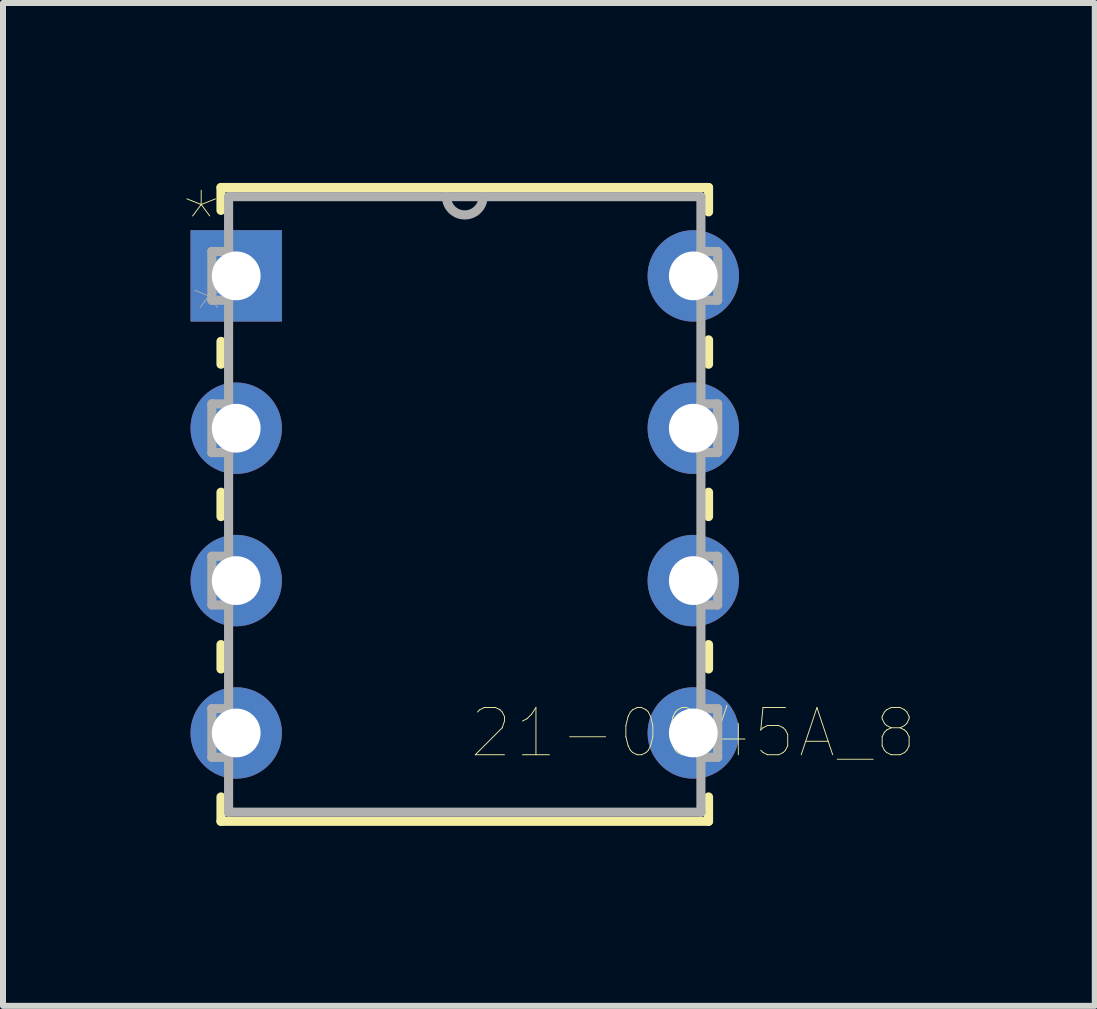
<source format=kicad_pcb>
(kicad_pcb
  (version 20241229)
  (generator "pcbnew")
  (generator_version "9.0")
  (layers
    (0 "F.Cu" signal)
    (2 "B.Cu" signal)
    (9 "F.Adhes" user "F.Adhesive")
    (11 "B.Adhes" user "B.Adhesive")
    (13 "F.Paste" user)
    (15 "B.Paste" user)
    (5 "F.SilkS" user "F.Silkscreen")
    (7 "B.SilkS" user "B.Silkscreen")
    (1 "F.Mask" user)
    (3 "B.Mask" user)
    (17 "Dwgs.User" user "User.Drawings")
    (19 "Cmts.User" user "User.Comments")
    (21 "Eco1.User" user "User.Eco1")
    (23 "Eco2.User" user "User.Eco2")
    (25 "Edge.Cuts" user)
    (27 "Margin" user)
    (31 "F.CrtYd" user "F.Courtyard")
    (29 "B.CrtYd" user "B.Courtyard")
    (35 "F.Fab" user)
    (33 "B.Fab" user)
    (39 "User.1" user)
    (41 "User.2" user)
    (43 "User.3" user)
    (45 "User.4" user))
  (footprint "21-0045A_8"
    (layer "F.Cu")
    (at 8.508 9.169)
    (property "Reference" "21-0045A_8" (at 0 0 0) (layer "F.SilkS") (effects (font (size 0.787 0.787) (thickness 0.015))))
    (attr through_hole)
    (fp_line (start -7.874 -9.093) (end -7.874 -8.712) (stroke (width 0.152) (type solid)) (layer "F.SilkS"))
    (fp_line (start -7.874 -6.528) (end -7.874 -6.147) (stroke (width 0.152) (type solid)) (layer "F.SilkS"))
    (fp_line (start -7.874 -4.013) (end -7.874 -3.607) (stroke (width 0.152) (type solid)) (layer "F.SilkS"))
    (fp_line (start -7.874 -1.473) (end -7.874 -1.067) (stroke (width 0.152) (type solid)) (layer "F.SilkS"))
    (fp_line (start -7.874 1.067) (end -7.874 1.473) (stroke (width 0.152) (type solid)) (layer "F.SilkS"))
    (fp_line (start -7.874 1.473) (end 0.254 1.473) (stroke (width 0.152) (type solid)) (layer "F.SilkS"))
    (fp_line (start 0.254 -9.093) (end -7.874 -9.093) (stroke (width 0.152) (type solid)) (layer "F.SilkS"))
    (fp_line (start 0.254 -8.687) (end 0.254 -9.093) (stroke (width 0.152) (type solid)) (layer "F.SilkS"))
    (fp_line (start 0.254 -6.147) (end 0.254 -6.553) (stroke (width 0.152) (type solid)) (layer "F.SilkS"))
    (fp_line (start 0.254 -3.607) (end 0.254 -4.013) (stroke (width 0.152) (type solid)) (layer "F.SilkS"))
    (fp_line (start 0.254 -1.067) (end 0.254 -1.473) (stroke (width 0.152) (type solid)) (layer "F.SilkS"))
    (fp_line (start 0.254 1.473) (end 0.254 1.067) (stroke (width 0.152) (type solid)) (layer "F.SilkS"))
    (fp_line (start -8.026 -8.026) (end -8.026 -7.214) (stroke (width 0.152) (type solid)) (layer "F.Fab"))
    (fp_line (start -8.026 -7.214) (end -7.747 -7.214) (stroke (width 0.152) (type solid)) (layer "F.Fab"))
    (fp_line (start -8.026 -5.486) (end -8.026 -4.674) (stroke (width 0.152) (type solid)) (layer "F.Fab"))
    (fp_line (start -8.026 -4.674) (end -7.747 -4.674) (stroke (width 0.152) (type solid)) (layer "F.Fab"))
    (fp_line (start -8.026 -2.946) (end -8.026 -2.134) (stroke (width 0.152) (type solid)) (layer "F.Fab"))
    (fp_line (start -8.026 -2.134) (end -7.747 -2.134) (stroke (width 0.152) (type solid)) (layer "F.Fab"))
    (fp_line (start -8.026 -0.406) (end -8.026 0.406) (stroke (width 0.152) (type solid)) (layer "F.Fab"))
    (fp_line (start -8.026 0.406) (end -7.747 0.406) (stroke (width 0.152) (type solid)) (layer "F.Fab"))
    (fp_line (start -7.747 -8.941) (end -7.747 1.321) (stroke (width 0.152) (type solid)) (layer "F.Fab"))
    (fp_line (start -7.747 -8.026) (end -8.026 -8.026) (stroke (width 0.152) (type solid)) (layer "F.Fab"))
    (fp_line (start -7.747 -7.214) (end -7.747 -8.026) (stroke (width 0.152) (type solid)) (layer "F.Fab"))
    (fp_line (start -7.747 -5.486) (end -8.026 -5.486) (stroke (width 0.152) (type solid)) (layer "F.Fab"))
    (fp_line (start -7.747 -4.674) (end -7.747 -5.486) (stroke (width 0.152) (type solid)) (layer "F.Fab"))
    (fp_line (start -7.747 -2.946) (end -8.026 -2.946) (stroke (width 0.152) (type solid)) (layer "F.Fab"))
    (fp_line (start -7.747 -2.134) (end -7.747 -2.946) (stroke (width 0.152) (type solid)) (layer "F.Fab"))
    (fp_line (start -7.747 -0.406) (end -8.026 -0.406) (stroke (width 0.152) (type solid)) (layer "F.Fab"))
    (fp_line (start -7.747 0.406) (end -7.747 -0.406) (stroke (width 0.152) (type solid)) (layer "F.Fab"))
    (fp_line (start -7.747 1.321) (end 0.127 1.321) (stroke (width 0.152) (type solid)) (layer "F.Fab"))
    (fp_line (start -4.115 -8.941) (end -7.747 -8.941) (stroke (width 0.152) (type solid)) (layer "F.Fab"))
    (fp_line (start -3.505 -8.941) (end -4.115 -8.941) (stroke (width 0.152) (type solid)) (layer "F.Fab"))
    (fp_line (start 0.127 -8.941) (end -3.505 -8.941) (stroke (width 0.152) (type solid)) (layer "F.Fab"))
    (fp_line (start 0.127 -8.026) (end 0.127 -7.214) (stroke (width 0.152) (type solid)) (layer "F.Fab"))
    (fp_line (start 0.127 -7.214) (end 0.406 -7.214) (stroke (width 0.152) (type solid)) (layer "F.Fab"))
    (fp_line (start 0.127 -5.486) (end 0.127 -4.674) (stroke (width 0.152) (type solid)) (layer "F.Fab"))
    (fp_line (start 0.127 -4.674) (end 0.406 -4.674) (stroke (width 0.152) (type solid)) (layer "F.Fab"))
    (fp_line (start 0.127 -2.946) (end 0.127 -2.134) (stroke (width 0.152) (type solid)) (layer "F.Fab"))
    (fp_line (start 0.127 -2.134) (end 0.406 -2.134) (stroke (width 0.152) (type solid)) (layer "F.Fab"))
    (fp_line (start 0.127 -0.406) (end 0.127 0.406) (stroke (width 0.152) (type solid)) (layer "F.Fab"))
    (fp_line (start 0.127 0.406) (end 0.406 0.406) (stroke (width 0.152) (type solid)) (layer "F.Fab"))
    (fp_line (start 0.127 1.321) (end 0.127 -8.941) (stroke (width 0.152) (type solid)) (layer "F.Fab"))
    (fp_line (start 0.406 -8.026) (end 0.127 -8.026) (stroke (width 0.152) (type solid)) (layer "F.Fab"))
    (fp_line (start 0.406 -7.214) (end 0.406 -8.026) (stroke (width 0.152) (type solid)) (layer "F.Fab"))
    (fp_line (start 0.406 -5.486) (end 0.127 -5.486) (stroke (width 0.152) (type solid)) (layer "F.Fab"))
    (fp_line (start 0.406 -4.674) (end 0.406 -5.486) (stroke (width 0.152) (type solid)) (layer "F.Fab"))
    (fp_line (start 0.406 -2.946) (end 0.127 -2.946) (stroke (width 0.152) (type solid)) (layer "F.Fab"))
    (fp_line (start 0.406 -2.134) (end 0.406 -2.946) (stroke (width 0.152) (type solid)) (layer "F.Fab"))
    (fp_line (start 0.406 -0.406) (end 0.127 -0.406) (stroke (width 0.152) (type solid)) (layer "F.Fab"))
    (fp_line (start 0.406 0.406) (end 0.406 -0.406) (stroke (width 0.152) (type solid)) (layer "F.Fab"))
    (fp_arc (start -3.5052 -8.9408) (mid -3.81 -8.636) (end -4.1148 -8.9408) (stroke (width 0.1524) (type solid)) (layer "F.Fab"))
    (fp_text user "*" (at -8.204 -8.509 0) (layer "F.SilkS") (effects (font (size 1 1) (thickness 0.015))))
    (fp_text user "*" (at -8.077 -6.985 0) (layer "F.Fab") (effects (font (size 1 1) (thickness 0.015))))
    (pad "1" thru_hole rect (at -7.62 -7.62) (size 1.524 1.524) (drill 0.813) (layers "*.Cu" "*.Mask"))
    (pad "2" thru_hole circle (at -7.62 -5.08) (size 1.524 1.524) (drill 0.813) (layers "*.Cu" "*.Mask"))
    (pad "3" thru_hole circle (at -7.62 -2.54) (size 1.524 1.524) (drill 0.813) (layers "*.Cu" "*.Mask"))
    (pad "4" thru_hole circle (at -7.62 0) (size 1.524 1.524) (drill 0.813) (layers "*.Cu" "*.Mask"))
    (pad "5" thru_hole circle (at 0 0) (size 1.524 1.524) (drill 0.813) (layers "*.Cu" "*.Mask"))
    (pad "6" thru_hole circle (at 0 -2.54) (size 1.524 1.524) (drill 0.813) (layers "*.Cu" "*.Mask"))
    (pad "7" thru_hole circle (at 0 -5.08) (size 1.524 1.524) (drill 0.813) (layers "*.Cu" "*.Mask"))
    (pad "8" thru_hole circle (at 0 -7.62) (size 1.524 1.524) (drill 0.813) (layers "*.Cu" "*.Mask")))
  (gr_rect
    (start -3 -3)
    (end 15.201 13.719)
    (stroke (width 0.1) (type default))
    (fill no)
    (layer "Edge.Cuts")))
</source>
